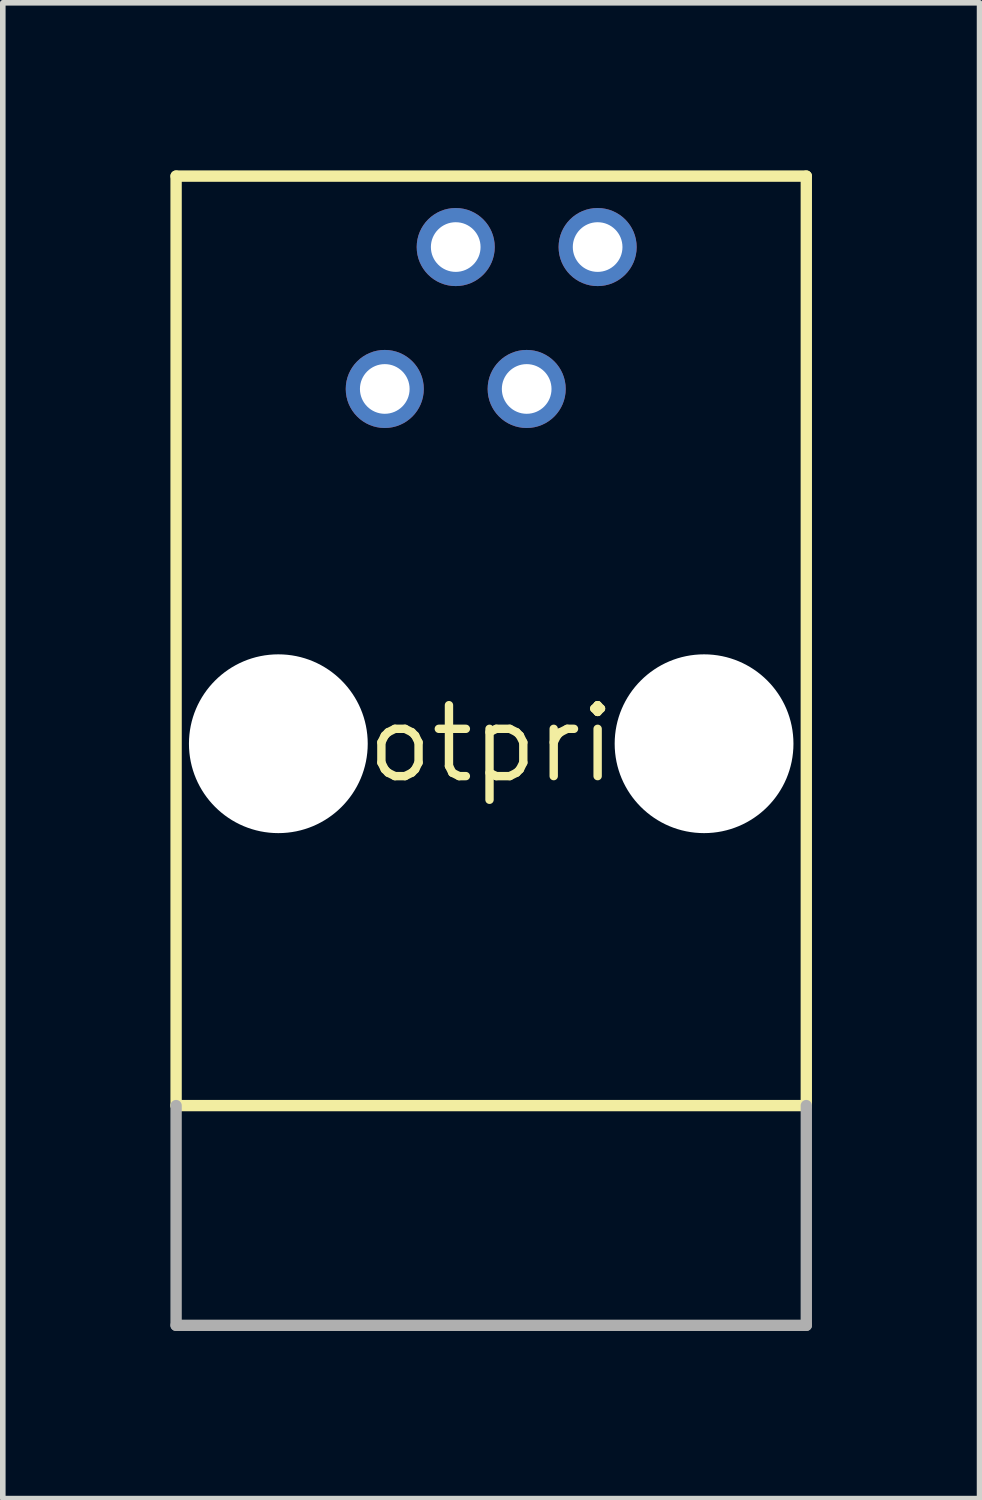
<source format=kicad_pcb>
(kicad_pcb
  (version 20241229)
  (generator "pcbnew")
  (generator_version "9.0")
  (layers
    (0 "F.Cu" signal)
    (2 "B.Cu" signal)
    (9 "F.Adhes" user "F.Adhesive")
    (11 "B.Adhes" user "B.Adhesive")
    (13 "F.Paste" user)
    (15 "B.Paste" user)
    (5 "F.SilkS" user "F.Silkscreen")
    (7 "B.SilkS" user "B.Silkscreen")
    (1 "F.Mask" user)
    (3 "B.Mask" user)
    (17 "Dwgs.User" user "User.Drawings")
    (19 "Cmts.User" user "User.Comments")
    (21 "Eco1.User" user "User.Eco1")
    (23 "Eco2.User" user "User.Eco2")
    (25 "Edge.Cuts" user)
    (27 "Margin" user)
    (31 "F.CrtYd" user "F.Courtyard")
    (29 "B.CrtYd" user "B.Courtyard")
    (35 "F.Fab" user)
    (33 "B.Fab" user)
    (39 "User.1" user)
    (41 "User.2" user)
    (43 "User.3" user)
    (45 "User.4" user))
  (footprint "footprint"
    (layer "F.Cu")
    (at 5.742 10.262)
    (property "Reference" "footprint" (at 0 0 0) (layer "F.SilkS") (effects (font (size 1.27 1.27) (thickness 0.15))))
    (fp_line (start -5.64 -10.16) (end -5.64 6.477) (stroke (width 0.203) (type solid)) (layer "F.SilkS"))
    (fp_line (start 5.64 -10.16) (end -5.64 -10.16) (stroke (width 0.203) (type solid)) (layer "F.SilkS"))
    (fp_line (start 5.64 6.477) (end -5.64 6.477) (stroke (width 0.203) (type solid)) (layer "F.SilkS"))
    (fp_line (start 5.64 6.477) (end 5.64 -10.16) (stroke (width 0.203) (type solid)) (layer "F.SilkS"))
    (fp_line (start -5.64 6.477) (end -5.64 10.41) (stroke (width 0.203) (type solid)) (layer "F.Fab"))
    (fp_line (start -5.64 10.41) (end 5.64 10.41) (stroke (width 0.203) (type solid)) (layer "F.Fab"))
    (fp_line (start 5.64 10.41) (end 5.64 6.477) (stroke (width 0.203) (type solid)) (layer "F.Fab"))
    (pad "" np_thru_hole circle (at -3.81 0) (size 3.2 3.2) (drill 3.2) (layers "*.Cu" "*.Mask"))
    (pad "" np_thru_hole circle (at 3.81 0) (size 3.2 3.2) (drill 3.2) (layers "*.Cu" "*.Mask"))
    (pad "1" thru_hole circle (at -1.905 -6.35) (size 1.397 1.397) (drill 0.889) (layers "*.Cu" "*.Mask"))
    (pad "2" thru_hole circle (at -0.635 -8.89) (size 1.397 1.397) (drill 0.889) (layers "*.Cu" "*.Mask"))
    (pad "3" thru_hole circle (at 0.635 -6.35) (size 1.397 1.397) (drill 0.889) (layers "*.Cu" "*.Mask"))
    (pad "4" thru_hole circle (at 1.905 -8.89) (size 1.397 1.397) (drill 0.889) (layers "*.Cu" "*.Mask")))
  (gr_rect
    (start -3 -3)
    (end 14.483 23.773)
    (stroke (width 0.1) (type default))
    (fill no)
    (layer "Edge.Cuts")))
</source>
